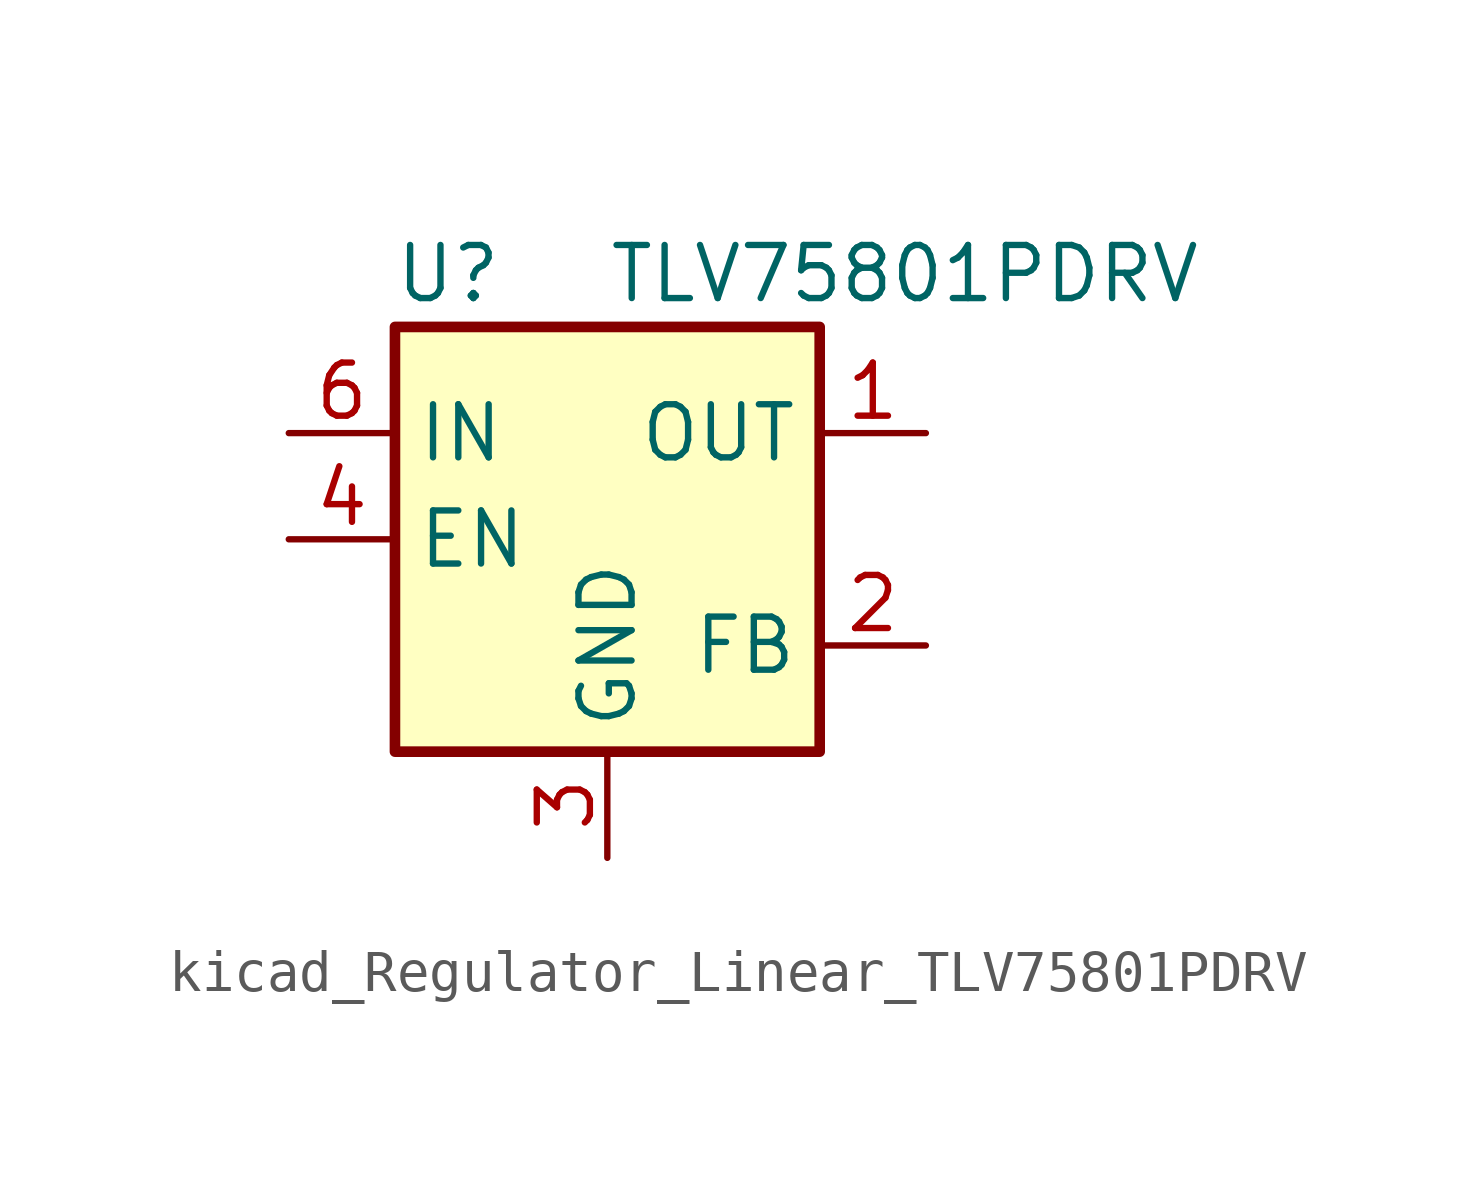
<source format=kicad_sym>
(kicad_symbol_lib
  (version 20220914)
  (generator kicad_symbol_editor)
  (symbol "kicad_Regulator_Linear_TLV75801PDRV"
    (property "Reference" "U"
      (at -3.81 6.35 0)
      (effects (font (size 1.27 1.27))))
    (property "Value" "TLV75801PDRV"
      (at 0 6.35 0)
      (effects (font (size 1.27 1.27)) (justify left)))
    (symbol "kicad_Regulator_Linear_TLV75801PDRV_0_1"
      (rectangle (start 5.08 -5.08) (end -5.08 5.08) (stroke (width 0.254) (type default)) (fill (type background))))
    (symbol "kicad_Regulator_Linear_TLV75801PDRV_1_1"
      (pin power_out line (at 7.62 2.54 180) (length 2.54) (name "OUT" (effects (font (size 1.27 1.27)))) (number "1" (effects (font (size 1.27 1.27)))))
      (pin input line (at 7.62 -2.54 180) (length 2.54) (name "FB" (effects (font (size 1.27 1.27)))) (number "2" (effects (font (size 1.27 1.27)))))
      (pin power_in line (at 0 -7.62 90) (length 2.54) (name "GND" (effects (font (size 1.27 1.27)))) (number "3" (effects (font (size 1.27 1.27)))))
      (pin input line (at -7.62 0 0) (length 2.54) (name "EN" (effects (font (size 1.27 1.27)))) (number "4" (effects (font (size 1.27 1.27)))))
      (pin no_connect line (at 5.08 0 180) (length 2.54) hide (name "DNC" (effects (font (size 1.27 1.27)))) (number "5" (effects (font (size 1.27 1.27)))))
      (pin power_in line (at -7.62 2.54 0) (length 2.54) (name "IN" (effects (font (size 1.27 1.27)))) (number "6" (effects (font (size 1.27 1.27)))))
      (pin passive line (at 0 -7.62 90) (length 2.54) hide (name "GND" (effects (font (size 1.27 1.27)))) (number "7" (effects (font (size 1.27 1.27))))))))
</source>
